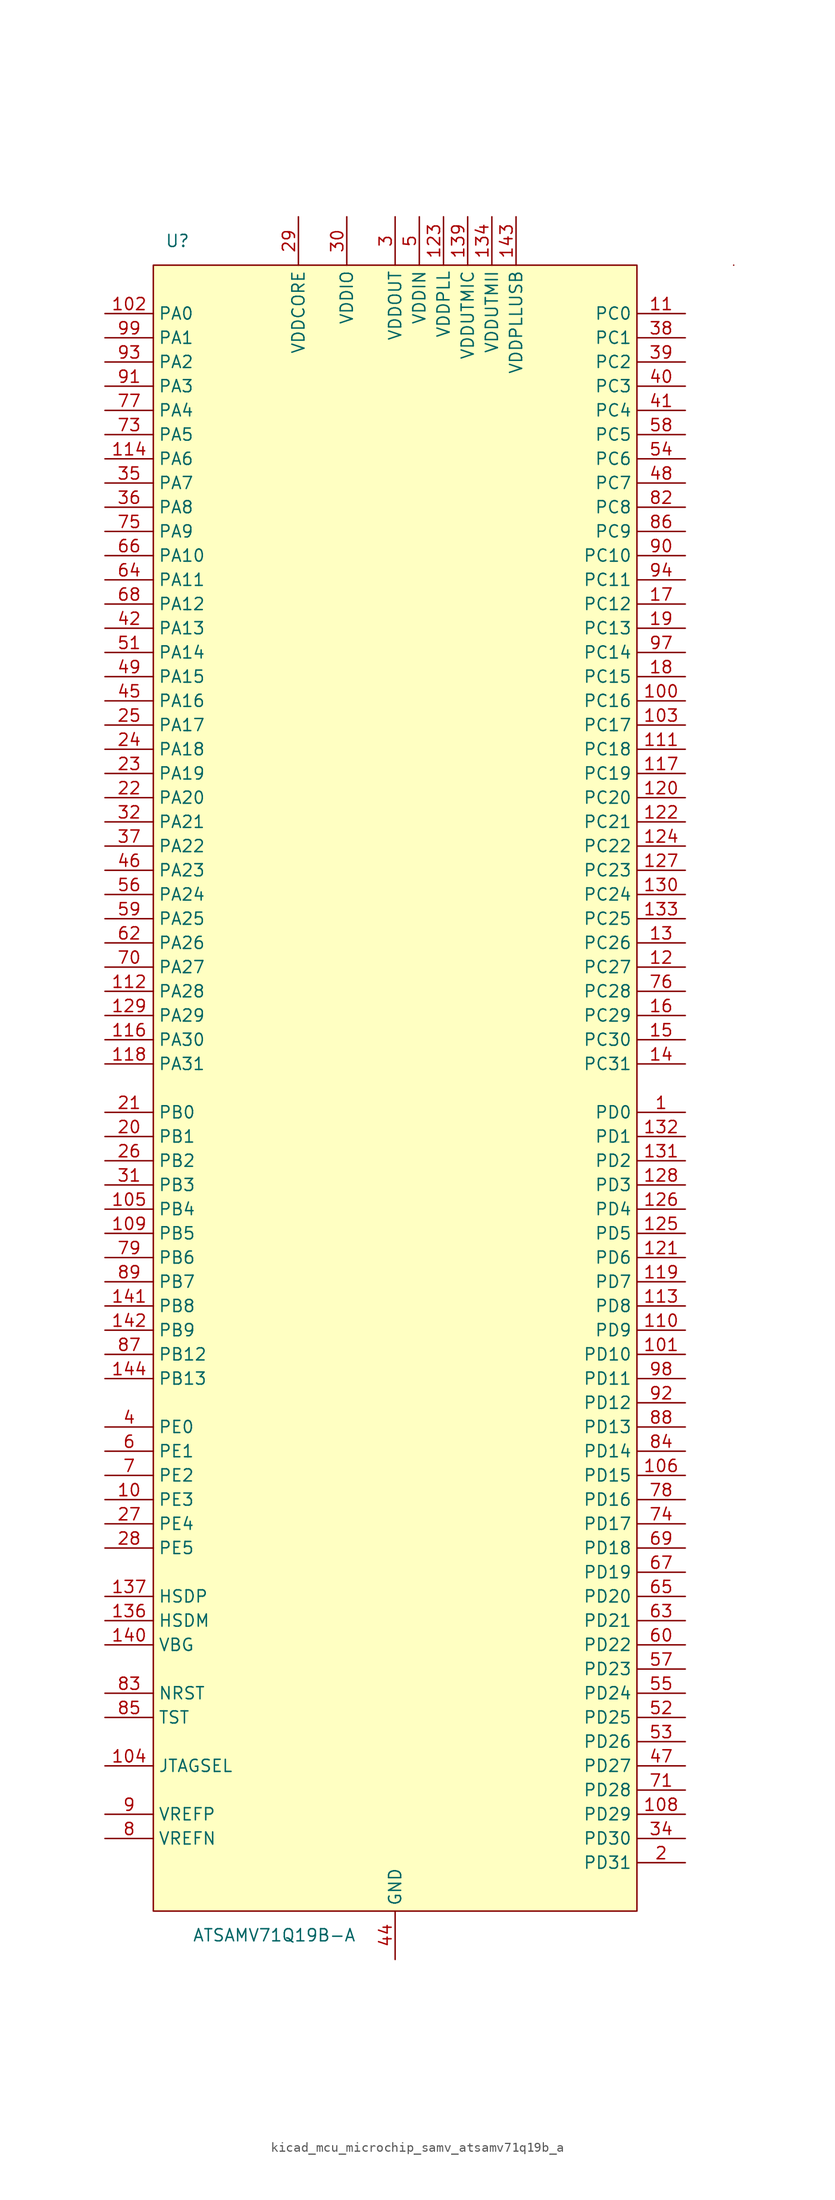
<source format=kicad_sym>
(kicad_symbol_lib
  (version 20220914)
  (generator kicad_symbol_editor)
  (symbol "kicad_mcu_microchip_samv_atsamv71q19b_a"
    (property "Reference" "U"
      (at -22.86 88.9 0)
      (effects (font (size 1.27 1.27))))
    (property "Value" "ATSAMV71Q19B-A"
      (at -12.7 -88.9 0)
      (effects (font (size 1.27 1.27))))
    (symbol "kicad_mcu_microchip_samv_atsamv71q19b_a_0_1"
      (rectangle (start 25.4 86.36) (end -25.4 -86.36) (stroke (width 0) (type default)) (fill (type background)))
      (rectangle (start 35.56 86.36) (end 35.56 86.36) (stroke (width 0) (type default)) (fill (type none))))
    (symbol "kicad_mcu_microchip_samv_atsamv71q19b_a_1_1"
      (pin bidirectional line (at 30.48 -2.54 180) (length 5.08) (name "PD0" (effects (font (size 1.27 1.27)))) (number "1" (effects (font (size 1.27 1.27)))))
      (pin bidirectional line (at -30.48 -43.18 0) (length 5.08) (name "PE3" (effects (font (size 1.27 1.27)))) (number "10" (effects (font (size 1.27 1.27)))))
      (pin bidirectional line (at 30.48 40.64 180) (length 5.08) (name "PC16" (effects (font (size 1.27 1.27)))) (number "100" (effects (font (size 1.27 1.27)))))
      (pin bidirectional line (at 30.48 -27.94 180) (length 5.08) (name "PD10" (effects (font (size 1.27 1.27)))) (number "101" (effects (font (size 1.27 1.27)))))
      (pin bidirectional line (at -30.48 81.28 0) (length 5.08) (name "PA0" (effects (font (size 1.27 1.27)))) (number "102" (effects (font (size 1.27 1.27)))))
      (pin bidirectional line (at 30.48 38.1 180) (length 5.08) (name "PC17" (effects (font (size 1.27 1.27)))) (number "103" (effects (font (size 1.27 1.27)))))
      (pin input line (at -30.48 -71.12 0) (length 5.08) (name "JTAGSEL" (effects (font (size 1.27 1.27)))) (number "104" (effects (font (size 1.27 1.27)))))
      (pin bidirectional line (at -30.48 -12.7 0) (length 5.08) (name "PB4" (effects (font (size 1.27 1.27)))) (number "105" (effects (font (size 1.27 1.27)))))
      (pin bidirectional line (at 30.48 -40.64 180) (length 5.08) (name "PD15" (effects (font (size 1.27 1.27)))) (number "106" (effects (font (size 1.27 1.27)))))
      (pin passive line (at -10.16 91.44 270) (length 5.08) hide (name "VDDCORE" (effects (font (size 1.27 1.27)))) (number "107" (effects (font (size 1.27 1.27)))))
      (pin bidirectional line (at 30.48 -76.2 180) (length 5.08) (name "PD29" (effects (font (size 1.27 1.27)))) (number "108" (effects (font (size 1.27 1.27)))))
      (pin bidirectional line (at -30.48 -15.24 0) (length 5.08) (name "PB5" (effects (font (size 1.27 1.27)))) (number "109" (effects (font (size 1.27 1.27)))))
      (pin bidirectional line (at 30.48 81.28 180) (length 5.08) (name "PC0" (effects (font (size 1.27 1.27)))) (number "11" (effects (font (size 1.27 1.27)))))
      (pin bidirectional line (at 30.48 -25.4 180) (length 5.08) (name "PD9" (effects (font (size 1.27 1.27)))) (number "110" (effects (font (size 1.27 1.27)))))
      (pin bidirectional line (at 30.48 35.56 180) (length 5.08) (name "PC18" (effects (font (size 1.27 1.27)))) (number "111" (effects (font (size 1.27 1.27)))))
      (pin bidirectional line (at -30.48 10.16 0) (length 5.08) (name "PA28" (effects (font (size 1.27 1.27)))) (number "112" (effects (font (size 1.27 1.27)))))
      (pin bidirectional line (at 30.48 -22.86 180) (length 5.08) (name "PD8" (effects (font (size 1.27 1.27)))) (number "113" (effects (font (size 1.27 1.27)))))
      (pin bidirectional line (at -30.48 66.04 0) (length 5.08) (name "PA6" (effects (font (size 1.27 1.27)))) (number "114" (effects (font (size 1.27 1.27)))))
      (pin passive line (at 0 -91.44 90) (length 5.08) hide (name "GND" (effects (font (size 1.27 1.27)))) (number "115" (effects (font (size 1.27 1.27)))))
      (pin bidirectional line (at -30.48 5.08 0) (length 5.08) (name "PA30" (effects (font (size 1.27 1.27)))) (number "116" (effects (font (size 1.27 1.27)))))
      (pin bidirectional line (at 30.48 33.02 180) (length 5.08) (name "PC19" (effects (font (size 1.27 1.27)))) (number "117" (effects (font (size 1.27 1.27)))))
      (pin bidirectional line (at -30.48 2.54 0) (length 5.08) (name "PA31" (effects (font (size 1.27 1.27)))) (number "118" (effects (font (size 1.27 1.27)))))
      (pin bidirectional line (at 30.48 -20.32 180) (length 5.08) (name "PD7" (effects (font (size 1.27 1.27)))) (number "119" (effects (font (size 1.27 1.27)))))
      (pin bidirectional line (at 30.48 12.7 180) (length 5.08) (name "PC27" (effects (font (size 1.27 1.27)))) (number "12" (effects (font (size 1.27 1.27)))))
      (pin bidirectional line (at 30.48 30.48 180) (length 5.08) (name "PC20" (effects (font (size 1.27 1.27)))) (number "120" (effects (font (size 1.27 1.27)))))
      (pin bidirectional line (at 30.48 -17.78 180) (length 5.08) (name "PD6" (effects (font (size 1.27 1.27)))) (number "121" (effects (font (size 1.27 1.27)))))
      (pin bidirectional line (at 30.48 27.94 180) (length 5.08) (name "PC21" (effects (font (size 1.27 1.27)))) (number "122" (effects (font (size 1.27 1.27)))))
      (pin power_in line (at 5.08 91.44 270) (length 5.08) (name "VDDPLL" (effects (font (size 1.27 1.27)))) (number "123" (effects (font (size 1.27 1.27)))))
      (pin bidirectional line (at 30.48 25.4 180) (length 5.08) (name "PC22" (effects (font (size 1.27 1.27)))) (number "124" (effects (font (size 1.27 1.27)))))
      (pin bidirectional line (at 30.48 -15.24 180) (length 5.08) (name "PD5" (effects (font (size 1.27 1.27)))) (number "125" (effects (font (size 1.27 1.27)))))
      (pin bidirectional line (at 30.48 -12.7 180) (length 5.08) (name "PD4" (effects (font (size 1.27 1.27)))) (number "126" (effects (font (size 1.27 1.27)))))
      (pin bidirectional line (at 30.48 22.86 180) (length 5.08) (name "PC23" (effects (font (size 1.27 1.27)))) (number "127" (effects (font (size 1.27 1.27)))))
      (pin bidirectional line (at 30.48 -10.16 180) (length 5.08) (name "PD3" (effects (font (size 1.27 1.27)))) (number "128" (effects (font (size 1.27 1.27)))))
      (pin bidirectional line (at -30.48 7.62 0) (length 5.08) (name "PA29" (effects (font (size 1.27 1.27)))) (number "129" (effects (font (size 1.27 1.27)))))
      (pin bidirectional line (at 30.48 15.24 180) (length 5.08) (name "PC26" (effects (font (size 1.27 1.27)))) (number "13" (effects (font (size 1.27 1.27)))))
      (pin bidirectional line (at 30.48 20.32 180) (length 5.08) (name "PC24" (effects (font (size 1.27 1.27)))) (number "130" (effects (font (size 1.27 1.27)))))
      (pin bidirectional line (at 30.48 -7.62 180) (length 5.08) (name "PD2" (effects (font (size 1.27 1.27)))) (number "131" (effects (font (size 1.27 1.27)))))
      (pin bidirectional line (at 30.48 -5.08 180) (length 5.08) (name "PD1" (effects (font (size 1.27 1.27)))) (number "132" (effects (font (size 1.27 1.27)))))
      (pin bidirectional line (at 30.48 17.78 180) (length 5.08) (name "PC25" (effects (font (size 1.27 1.27)))) (number "133" (effects (font (size 1.27 1.27)))))
      (pin power_in line (at 10.16 91.44 270) (length 5.08) (name "VDDUTMII" (effects (font (size 1.27 1.27)))) (number "134" (effects (font (size 1.27 1.27)))))
      (pin passive line (at 0 -91.44 90) (length 5.08) hide (name "GND" (effects (font (size 1.27 1.27)))) (number "135" (effects (font (size 1.27 1.27)))))
      (pin bidirectional line (at -30.48 -55.88 0) (length 5.08) (name "HSDM" (effects (font (size 1.27 1.27)))) (number "136" (effects (font (size 1.27 1.27)))))
      (pin bidirectional line (at -30.48 -53.34 0) (length 5.08) (name "HSDP" (effects (font (size 1.27 1.27)))) (number "137" (effects (font (size 1.27 1.27)))))
      (pin passive line (at 0 -91.44 90) (length 5.08) hide (name "GND" (effects (font (size 1.27 1.27)))) (number "138" (effects (font (size 1.27 1.27)))))
      (pin power_in line (at 7.62 91.44 270) (length 5.08) (name "VDDUTMIC" (effects (font (size 1.27 1.27)))) (number "139" (effects (font (size 1.27 1.27)))))
      (pin bidirectional line (at 30.48 2.54 180) (length 5.08) (name "PC31" (effects (font (size 1.27 1.27)))) (number "14" (effects (font (size 1.27 1.27)))))
      (pin input line (at -30.48 -58.42 0) (length 5.08) (name "VBG" (effects (font (size 1.27 1.27)))) (number "140" (effects (font (size 1.27 1.27)))))
      (pin bidirectional line (at -30.48 -22.86 0) (length 5.08) (name "PB8" (effects (font (size 1.27 1.27)))) (number "141" (effects (font (size 1.27 1.27)))))
      (pin bidirectional line (at -30.48 -25.4 0) (length 5.08) (name "PB9" (effects (font (size 1.27 1.27)))) (number "142" (effects (font (size 1.27 1.27)))))
      (pin power_in line (at 12.7 91.44 270) (length 5.08) (name "VDDPLLUSB" (effects (font (size 1.27 1.27)))) (number "143" (effects (font (size 1.27 1.27)))))
      (pin bidirectional line (at -30.48 -30.48 0) (length 5.08) (name "PB13" (effects (font (size 1.27 1.27)))) (number "144" (effects (font (size 1.27 1.27)))))
      (pin bidirectional line (at 30.48 5.08 180) (length 5.08) (name "PC30" (effects (font (size 1.27 1.27)))) (number "15" (effects (font (size 1.27 1.27)))))
      (pin bidirectional line (at 30.48 7.62 180) (length 5.08) (name "PC29" (effects (font (size 1.27 1.27)))) (number "16" (effects (font (size 1.27 1.27)))))
      (pin bidirectional line (at 30.48 50.8 180) (length 5.08) (name "PC12" (effects (font (size 1.27 1.27)))) (number "17" (effects (font (size 1.27 1.27)))))
      (pin bidirectional line (at 30.48 43.18 180) (length 5.08) (name "PC15" (effects (font (size 1.27 1.27)))) (number "18" (effects (font (size 1.27 1.27)))))
      (pin bidirectional line (at 30.48 48.26 180) (length 5.08) (name "PC13" (effects (font (size 1.27 1.27)))) (number "19" (effects (font (size 1.27 1.27)))))
      (pin bidirectional line (at 30.48 -81.28 180) (length 5.08) (name "PD31" (effects (font (size 1.27 1.27)))) (number "2" (effects (font (size 1.27 1.27)))))
      (pin bidirectional line (at -30.48 -5.08 0) (length 5.08) (name "PB1" (effects (font (size 1.27 1.27)))) (number "20" (effects (font (size 1.27 1.27)))))
      (pin bidirectional line (at -30.48 -2.54 0) (length 5.08) (name "PB0" (effects (font (size 1.27 1.27)))) (number "21" (effects (font (size 1.27 1.27)))))
      (pin bidirectional line (at -30.48 30.48 0) (length 5.08) (name "PA20" (effects (font (size 1.27 1.27)))) (number "22" (effects (font (size 1.27 1.27)))))
      (pin bidirectional line (at -30.48 33.02 0) (length 5.08) (name "PA19" (effects (font (size 1.27 1.27)))) (number "23" (effects (font (size 1.27 1.27)))))
      (pin bidirectional line (at -30.48 35.56 0) (length 5.08) (name "PA18" (effects (font (size 1.27 1.27)))) (number "24" (effects (font (size 1.27 1.27)))))
      (pin bidirectional line (at -30.48 38.1 0) (length 5.08) (name "PA17" (effects (font (size 1.27 1.27)))) (number "25" (effects (font (size 1.27 1.27)))))
      (pin bidirectional line (at -30.48 -7.62 0) (length 5.08) (name "PB2" (effects (font (size 1.27 1.27)))) (number "26" (effects (font (size 1.27 1.27)))))
      (pin bidirectional line (at -30.48 -45.72 0) (length 5.08) (name "PE4" (effects (font (size 1.27 1.27)))) (number "27" (effects (font (size 1.27 1.27)))))
      (pin bidirectional line (at -30.48 -48.26 0) (length 5.08) (name "PE5" (effects (font (size 1.27 1.27)))) (number "28" (effects (font (size 1.27 1.27)))))
      (pin power_in line (at -10.16 91.44 270) (length 5.08) (name "VDDCORE" (effects (font (size 1.27 1.27)))) (number "29" (effects (font (size 1.27 1.27)))))
      (pin power_in line (at 0 91.44 270) (length 5.08) (name "VDDOUT" (effects (font (size 1.27 1.27)))) (number "3" (effects (font (size 1.27 1.27)))))
      (pin power_in line (at -5.08 91.44 270) (length 5.08) (name "VDDIO" (effects (font (size 1.27 1.27)))) (number "30" (effects (font (size 1.27 1.27)))))
      (pin bidirectional line (at -30.48 -10.16 0) (length 5.08) (name "PB3" (effects (font (size 1.27 1.27)))) (number "31" (effects (font (size 1.27 1.27)))))
      (pin bidirectional line (at -30.48 27.94 0) (length 5.08) (name "PA21" (effects (font (size 1.27 1.27)))) (number "32" (effects (font (size 1.27 1.27)))))
      (pin passive line (at -10.16 91.44 270) (length 5.08) hide (name "VDDCORE" (effects (font (size 1.27 1.27)))) (number "33" (effects (font (size 1.27 1.27)))))
      (pin bidirectional line (at 30.48 -78.74 180) (length 5.08) (name "PD30" (effects (font (size 1.27 1.27)))) (number "34" (effects (font (size 1.27 1.27)))))
      (pin bidirectional line (at -30.48 63.5 0) (length 5.08) (name "PA7" (effects (font (size 1.27 1.27)))) (number "35" (effects (font (size 1.27 1.27)))))
      (pin bidirectional line (at -30.48 60.96 0) (length 5.08) (name "PA8" (effects (font (size 1.27 1.27)))) (number "36" (effects (font (size 1.27 1.27)))))
      (pin bidirectional line (at -30.48 25.4 0) (length 5.08) (name "PA22" (effects (font (size 1.27 1.27)))) (number "37" (effects (font (size 1.27 1.27)))))
      (pin bidirectional line (at 30.48 78.74 180) (length 5.08) (name "PC1" (effects (font (size 1.27 1.27)))) (number "38" (effects (font (size 1.27 1.27)))))
      (pin bidirectional line (at 30.48 76.2 180) (length 5.08) (name "PC2" (effects (font (size 1.27 1.27)))) (number "39" (effects (font (size 1.27 1.27)))))
      (pin bidirectional line (at -30.48 -35.56 0) (length 5.08) (name "PE0" (effects (font (size 1.27 1.27)))) (number "4" (effects (font (size 1.27 1.27)))))
      (pin bidirectional line (at 30.48 73.66 180) (length 5.08) (name "PC3" (effects (font (size 1.27 1.27)))) (number "40" (effects (font (size 1.27 1.27)))))
      (pin bidirectional line (at 30.48 71.12 180) (length 5.08) (name "PC4" (effects (font (size 1.27 1.27)))) (number "41" (effects (font (size 1.27 1.27)))))
      (pin bidirectional line (at -30.48 48.26 0) (length 5.08) (name "PA13" (effects (font (size 1.27 1.27)))) (number "42" (effects (font (size 1.27 1.27)))))
      (pin passive line (at -5.08 91.44 270) (length 5.08) hide (name "VDDIO" (effects (font (size 1.27 1.27)))) (number "43" (effects (font (size 1.27 1.27)))))
      (pin power_in line (at 0 -91.44 90) (length 5.08) (name "GND" (effects (font (size 1.27 1.27)))) (number "44" (effects (font (size 1.27 1.27)))))
      (pin bidirectional line (at -30.48 40.64 0) (length 5.08) (name "PA16" (effects (font (size 1.27 1.27)))) (number "45" (effects (font (size 1.27 1.27)))))
      (pin bidirectional line (at -30.48 22.86 0) (length 5.08) (name "PA23" (effects (font (size 1.27 1.27)))) (number "46" (effects (font (size 1.27 1.27)))))
      (pin bidirectional line (at 30.48 -71.12 180) (length 5.08) (name "PD27" (effects (font (size 1.27 1.27)))) (number "47" (effects (font (size 1.27 1.27)))))
      (pin bidirectional line (at 30.48 63.5 180) (length 5.08) (name "PC7" (effects (font (size 1.27 1.27)))) (number "48" (effects (font (size 1.27 1.27)))))
      (pin bidirectional line (at -30.48 43.18 0) (length 5.08) (name "PA15" (effects (font (size 1.27 1.27)))) (number "49" (effects (font (size 1.27 1.27)))))
      (pin power_in line (at 2.54 91.44 270) (length 5.08) (name "VDDIN" (effects (font (size 1.27 1.27)))) (number "5" (effects (font (size 1.27 1.27)))))
      (pin passive line (at -10.16 91.44 270) (length 5.08) hide (name "VDDCORE" (effects (font (size 1.27 1.27)))) (number "50" (effects (font (size 1.27 1.27)))))
      (pin bidirectional line (at -30.48 45.72 0) (length 5.08) (name "PA14" (effects (font (size 1.27 1.27)))) (number "51" (effects (font (size 1.27 1.27)))))
      (pin bidirectional line (at 30.48 -66.04 180) (length 5.08) (name "PD25" (effects (font (size 1.27 1.27)))) (number "52" (effects (font (size 1.27 1.27)))))
      (pin bidirectional line (at 30.48 -68.58 180) (length 5.08) (name "PD26" (effects (font (size 1.27 1.27)))) (number "53" (effects (font (size 1.27 1.27)))))
      (pin bidirectional line (at 30.48 66.04 180) (length 5.08) (name "PC6" (effects (font (size 1.27 1.27)))) (number "54" (effects (font (size 1.27 1.27)))))
      (pin bidirectional line (at 30.48 -63.5 180) (length 5.08) (name "PD24" (effects (font (size 1.27 1.27)))) (number "55" (effects (font (size 1.27 1.27)))))
      (pin bidirectional line (at -30.48 20.32 0) (length 5.08) (name "PA24" (effects (font (size 1.27 1.27)))) (number "56" (effects (font (size 1.27 1.27)))))
      (pin bidirectional line (at 30.48 -60.96 180) (length 5.08) (name "PD23" (effects (font (size 1.27 1.27)))) (number "57" (effects (font (size 1.27 1.27)))))
      (pin bidirectional line (at 30.48 68.58 180) (length 5.08) (name "PC5" (effects (font (size 1.27 1.27)))) (number "58" (effects (font (size 1.27 1.27)))))
      (pin bidirectional line (at -30.48 17.78 0) (length 5.08) (name "PA25" (effects (font (size 1.27 1.27)))) (number "59" (effects (font (size 1.27 1.27)))))
      (pin bidirectional line (at -30.48 -38.1 0) (length 5.08) (name "PE1" (effects (font (size 1.27 1.27)))) (number "6" (effects (font (size 1.27 1.27)))))
      (pin bidirectional line (at 30.48 -58.42 180) (length 5.08) (name "PD22" (effects (font (size 1.27 1.27)))) (number "60" (effects (font (size 1.27 1.27)))))
      (pin passive line (at 0 -91.44 90) (length 5.08) hide (name "GND" (effects (font (size 1.27 1.27)))) (number "61" (effects (font (size 1.27 1.27)))))
      (pin bidirectional line (at -30.48 15.24 0) (length 5.08) (name "PA26" (effects (font (size 1.27 1.27)))) (number "62" (effects (font (size 1.27 1.27)))))
      (pin bidirectional line (at 30.48 -55.88 180) (length 5.08) (name "PD21" (effects (font (size 1.27 1.27)))) (number "63" (effects (font (size 1.27 1.27)))))
      (pin bidirectional line (at -30.48 53.34 0) (length 5.08) (name "PA11" (effects (font (size 1.27 1.27)))) (number "64" (effects (font (size 1.27 1.27)))))
      (pin bidirectional line (at 30.48 -53.34 180) (length 5.08) (name "PD20" (effects (font (size 1.27 1.27)))) (number "65" (effects (font (size 1.27 1.27)))))
      (pin bidirectional line (at -30.48 55.88 0) (length 5.08) (name "PA10" (effects (font (size 1.27 1.27)))) (number "66" (effects (font (size 1.27 1.27)))))
      (pin bidirectional line (at 30.48 -50.8 180) (length 5.08) (name "PD19" (effects (font (size 1.27 1.27)))) (number "67" (effects (font (size 1.27 1.27)))))
      (pin bidirectional line (at -30.48 50.8 0) (length 5.08) (name "PA12" (effects (font (size 1.27 1.27)))) (number "68" (effects (font (size 1.27 1.27)))))
      (pin bidirectional line (at 30.48 -48.26 180) (length 5.08) (name "PD18" (effects (font (size 1.27 1.27)))) (number "69" (effects (font (size 1.27 1.27)))))
      (pin bidirectional line (at -30.48 -40.64 0) (length 5.08) (name "PE2" (effects (font (size 1.27 1.27)))) (number "7" (effects (font (size 1.27 1.27)))))
      (pin bidirectional line (at -30.48 12.7 0) (length 5.08) (name "PA27" (effects (font (size 1.27 1.27)))) (number "70" (effects (font (size 1.27 1.27)))))
      (pin bidirectional line (at 30.48 -73.66 180) (length 5.08) (name "PD28" (effects (font (size 1.27 1.27)))) (number "71" (effects (font (size 1.27 1.27)))))
      (pin passive line (at -5.08 91.44 270) (length 5.08) hide (name "VDDIO" (effects (font (size 1.27 1.27)))) (number "72" (effects (font (size 1.27 1.27)))))
      (pin bidirectional line (at -30.48 68.58 0) (length 5.08) (name "PA5" (effects (font (size 1.27 1.27)))) (number "73" (effects (font (size 1.27 1.27)))))
      (pin bidirectional line (at 30.48 -45.72 180) (length 5.08) (name "PD17" (effects (font (size 1.27 1.27)))) (number "74" (effects (font (size 1.27 1.27)))))
      (pin bidirectional line (at -30.48 58.42 0) (length 5.08) (name "PA9" (effects (font (size 1.27 1.27)))) (number "75" (effects (font (size 1.27 1.27)))))
      (pin bidirectional line (at 30.48 10.16 180) (length 5.08) (name "PC28" (effects (font (size 1.27 1.27)))) (number "76" (effects (font (size 1.27 1.27)))))
      (pin bidirectional line (at -30.48 71.12 0) (length 5.08) (name "PA4" (effects (font (size 1.27 1.27)))) (number "77" (effects (font (size 1.27 1.27)))))
      (pin bidirectional line (at 30.48 -43.18 180) (length 5.08) (name "PD16" (effects (font (size 1.27 1.27)))) (number "78" (effects (font (size 1.27 1.27)))))
      (pin bidirectional line (at -30.48 -17.78 0) (length 5.08) (name "PB6" (effects (font (size 1.27 1.27)))) (number "79" (effects (font (size 1.27 1.27)))))
      (pin bidirectional line (at -30.48 -78.74 0) (length 5.08) (name "VREFN" (effects (font (size 1.27 1.27)))) (number "8" (effects (font (size 1.27 1.27)))))
      (pin passive line (at -5.08 91.44 270) (length 5.08) hide (name "VDDIO" (effects (font (size 1.27 1.27)))) (number "80" (effects (font (size 1.27 1.27)))))
      (pin passive line (at -10.16 91.44 270) (length 5.08) hide (name "VDDCORE" (effects (font (size 1.27 1.27)))) (number "81" (effects (font (size 1.27 1.27)))))
      (pin bidirectional line (at 30.48 60.96 180) (length 5.08) (name "PC8" (effects (font (size 1.27 1.27)))) (number "82" (effects (font (size 1.27 1.27)))))
      (pin bidirectional line (at -30.48 -63.5 0) (length 5.08) (name "NRST" (effects (font (size 1.27 1.27)))) (number "83" (effects (font (size 1.27 1.27)))))
      (pin bidirectional line (at 30.48 -38.1 180) (length 5.08) (name "PD14" (effects (font (size 1.27 1.27)))) (number "84" (effects (font (size 1.27 1.27)))))
      (pin input line (at -30.48 -66.04 0) (length 5.08) (name "TST" (effects (font (size 1.27 1.27)))) (number "85" (effects (font (size 1.27 1.27)))))
      (pin bidirectional line (at 30.48 58.42 180) (length 5.08) (name "PC9" (effects (font (size 1.27 1.27)))) (number "86" (effects (font (size 1.27 1.27)))))
      (pin bidirectional line (at -30.48 -27.94 0) (length 5.08) (name "PB12" (effects (font (size 1.27 1.27)))) (number "87" (effects (font (size 1.27 1.27)))))
      (pin bidirectional line (at 30.48 -35.56 180) (length 5.08) (name "PD13" (effects (font (size 1.27 1.27)))) (number "88" (effects (font (size 1.27 1.27)))))
      (pin bidirectional line (at -30.48 -20.32 0) (length 5.08) (name "PB7" (effects (font (size 1.27 1.27)))) (number "89" (effects (font (size 1.27 1.27)))))
      (pin input line (at -30.48 -76.2 0) (length 5.08) (name "VREFP" (effects (font (size 1.27 1.27)))) (number "9" (effects (font (size 1.27 1.27)))))
      (pin bidirectional line (at 30.48 55.88 180) (length 5.08) (name "PC10" (effects (font (size 1.27 1.27)))) (number "90" (effects (font (size 1.27 1.27)))))
      (pin bidirectional line (at -30.48 73.66 0) (length 5.08) (name "PA3" (effects (font (size 1.27 1.27)))) (number "91" (effects (font (size 1.27 1.27)))))
      (pin bidirectional line (at 30.48 -33.02 180) (length 5.08) (name "PD12" (effects (font (size 1.27 1.27)))) (number "92" (effects (font (size 1.27 1.27)))))
      (pin bidirectional line (at -30.48 76.2 0) (length 5.08) (name "PA2" (effects (font (size 1.27 1.27)))) (number "93" (effects (font (size 1.27 1.27)))))
      (pin bidirectional line (at 30.48 53.34 180) (length 5.08) (name "PC11" (effects (font (size 1.27 1.27)))) (number "94" (effects (font (size 1.27 1.27)))))
      (pin passive line (at 0 -91.44 90) (length 5.08) hide (name "GND" (effects (font (size 1.27 1.27)))) (number "95" (effects (font (size 1.27 1.27)))))
      (pin passive line (at -5.08 91.44 270) (length 5.08) hide (name "VDDIO" (effects (font (size 1.27 1.27)))) (number "96" (effects (font (size 1.27 1.27)))))
      (pin bidirectional line (at 30.48 45.72 180) (length 5.08) (name "PC14" (effects (font (size 1.27 1.27)))) (number "97" (effects (font (size 1.27 1.27)))))
      (pin bidirectional line (at 30.48 -30.48 180) (length 5.08) (name "PD11" (effects (font (size 1.27 1.27)))) (number "98" (effects (font (size 1.27 1.27)))))
      (pin bidirectional line (at -30.48 78.74 0) (length 5.08) (name "PA1" (effects (font (size 1.27 1.27)))) (number "99" (effects (font (size 1.27 1.27))))))))
</source>
